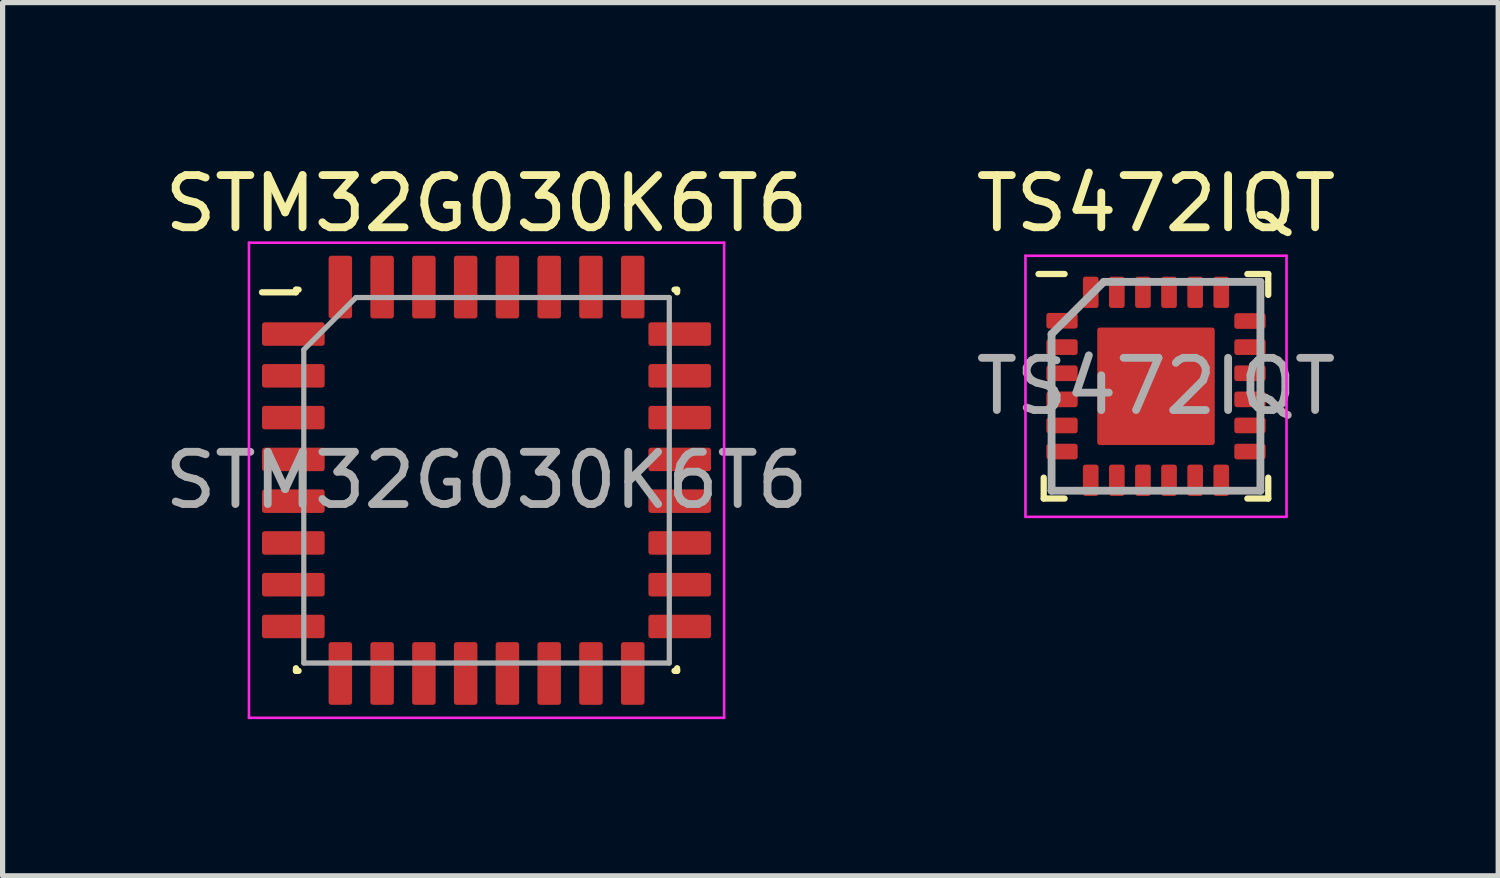
<source format=kicad_pcb>
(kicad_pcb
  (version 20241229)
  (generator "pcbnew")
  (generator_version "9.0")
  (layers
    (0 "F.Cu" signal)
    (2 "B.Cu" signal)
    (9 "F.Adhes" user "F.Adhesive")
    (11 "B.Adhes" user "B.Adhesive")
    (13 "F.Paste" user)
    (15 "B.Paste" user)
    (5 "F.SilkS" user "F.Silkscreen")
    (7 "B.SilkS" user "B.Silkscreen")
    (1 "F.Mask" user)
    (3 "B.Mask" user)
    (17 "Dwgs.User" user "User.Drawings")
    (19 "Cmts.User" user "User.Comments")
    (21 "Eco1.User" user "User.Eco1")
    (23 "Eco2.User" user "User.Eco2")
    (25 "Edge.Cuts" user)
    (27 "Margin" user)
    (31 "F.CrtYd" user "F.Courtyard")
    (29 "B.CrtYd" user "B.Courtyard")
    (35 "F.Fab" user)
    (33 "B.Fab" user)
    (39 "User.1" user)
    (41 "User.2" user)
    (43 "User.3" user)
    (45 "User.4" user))
  (footprint "STM32G030K6T6"
    (layer "F.Cu")
    (at 6.268 6.148)
    (property "Reference" "STM32G030K6T6" (at 0 -5.3 0) (layer "F.SilkS") (effects (font (size 1 1) (thickness 0.15))))
    (attr smd)
    (fp_line (start -3.65 -3.65) (end -3.65 -3.6) (stroke (width 0.12) (type default)) (layer "F.SilkS"))
    (fp_line (start -3.65 -3.6) (end -4.3 -3.6) (stroke (width 0.12) (type default)) (layer "F.SilkS"))
    (fp_line (start -3.65 3.65) (end -3.65 3.6) (stroke (width 0.12) (type default)) (layer "F.SilkS"))
    (fp_line (start -3.6 -3.65) (end -3.65 -3.65) (stroke (width 0.12) (type default)) (layer "F.SilkS"))
    (fp_line (start -3.6 3.65) (end -3.65 3.65) (stroke (width 0.12) (type default)) (layer "F.SilkS"))
    (fp_line (start 3.6 -3.65) (end 3.65 -3.65) (stroke (width 0.12) (type default)) (layer "F.SilkS"))
    (fp_line (start 3.6 3.65) (end 3.65 3.65) (stroke (width 0.12) (type default)) (layer "F.SilkS"))
    (fp_line (start 3.65 -3.65) (end 3.65 -3.6) (stroke (width 0.12) (type default)) (layer "F.SilkS"))
    (fp_line (start 3.65 3.65) (end 3.65 3.6) (stroke (width 0.12) (type default)) (layer "F.SilkS"))
    (fp_line (start -4.55 -4.55) (end 4.55 -4.55) (stroke (width 0.05) (type default)) (layer "F.CrtYd"))
    (fp_line (start -4.55 4.55) (end -4.55 -4.55) (stroke (width 0.05) (type default)) (layer "F.CrtYd"))
    (fp_line (start 4.55 -4.55) (end 4.55 4.55) (stroke (width 0.05) (type default)) (layer "F.CrtYd"))
    (fp_line (start 4.55 4.55) (end -4.55 4.55) (stroke (width 0.05) (type default)) (layer "F.CrtYd"))
    (fp_line (start -3.5 -2.5) (end -3.5 3.5) (stroke (width 0.1) (type default)) (layer "F.Fab"))
    (fp_line (start -3.5 3.5) (end 3.5 3.5) (stroke (width 0.1) (type default)) (layer "F.Fab"))
    (fp_line (start -2.5 -3.5) (end -3.5 -2.5) (stroke (width 0.1) (type default)) (layer "F.Fab"))
    (fp_line (start 3.5 -3.5) (end -2.5 -3.5) (stroke (width 0.1) (type default)) (layer "F.Fab"))
    (fp_line (start 3.5 3.5) (end 3.5 -3.5) (stroke (width 0.1) (type default)) (layer "F.Fab"))
    (fp_text user "${REFERENCE}" (at 0 0 0) (layer "F.Fab") (effects (font (size 1 1) (thickness 0.15))))
    (pad "1" smd roundrect (at -3.7 -2.8 90) (size 0.45 1.2) (layers "F.Cu" "F.Mask" "F.Paste") (roundrect_rratio 0.111))
    (pad "2" smd roundrect (at -3.7 -2 90) (size 0.45 1.2) (layers "F.Cu" "F.Mask" "F.Paste") (roundrect_rratio 0.111))
    (pad "3" smd roundrect (at -3.7 -1.2 90) (size 0.45 1.2) (layers "F.Cu" "F.Mask" "F.Paste") (roundrect_rratio 0.111))
    (pad "4" smd roundrect (at -3.7 -0.4 90) (size 0.45 1.2) (layers "F.Cu" "F.Mask" "F.Paste") (roundrect_rratio 0.111))
    (pad "5" smd roundrect (at -3.7 0.4 90) (size 0.45 1.2) (layers "F.Cu" "F.Mask" "F.Paste") (roundrect_rratio 0.111))
    (pad "6" smd roundrect (at -3.7 1.2 90) (size 0.45 1.2) (layers "F.Cu" "F.Mask" "F.Paste") (roundrect_rratio 0.111))
    (pad "7" smd roundrect (at -3.7 2 90) (size 0.45 1.2) (layers "F.Cu" "F.Mask" "F.Paste") (roundrect_rratio 0.111))
    (pad "8" smd roundrect (at -3.7 2.8 90) (size 0.45 1.2) (layers "F.Cu" "F.Mask" "F.Paste") (roundrect_rratio 0.111))
    (pad "9" smd roundrect (at -2.8 3.7) (size 0.45 1.2) (layers "F.Cu" "F.Mask" "F.Paste") (roundrect_rratio 0.111))
    (pad "10" smd roundrect (at -2 3.7) (size 0.45 1.2) (layers "F.Cu" "F.Mask" "F.Paste") (roundrect_rratio 0.111))
    (pad "11" smd roundrect (at -1.2 3.7) (size 0.45 1.2) (layers "F.Cu" "F.Mask" "F.Paste") (roundrect_rratio 0.111))
    (pad "12" smd roundrect (at -0.4 3.7) (size 0.45 1.2) (layers "F.Cu" "F.Mask" "F.Paste") (roundrect_rratio 0.111))
    (pad "13" smd roundrect (at 0.4 3.7) (size 0.45 1.2) (layers "F.Cu" "F.Mask" "F.Paste") (roundrect_rratio 0.111))
    (pad "14" smd roundrect (at 1.2 3.7) (size 0.45 1.2) (layers "F.Cu" "F.Mask" "F.Paste") (roundrect_rratio 0.111))
    (pad "15" smd roundrect (at 2 3.7) (size 0.45 1.2) (layers "F.Cu" "F.Mask" "F.Paste") (roundrect_rratio 0.111))
    (pad "16" smd roundrect (at 2.8 3.7) (size 0.45 1.2) (layers "F.Cu" "F.Mask" "F.Paste") (roundrect_rratio 0.111))
    (pad "17" smd roundrect (at 3.7 2.8 90) (size 0.45 1.2) (layers "F.Cu" "F.Mask" "F.Paste") (roundrect_rratio 0.111))
    (pad "18" smd roundrect (at 3.7 2 90) (size 0.45 1.2) (layers "F.Cu" "F.Mask" "F.Paste") (roundrect_rratio 0.111))
    (pad "19" smd roundrect (at 3.7 1.2 90) (size 0.45 1.2) (layers "F.Cu" "F.Mask" "F.Paste") (roundrect_rratio 0.111))
    (pad "20" smd roundrect (at 3.7 0.4 90) (size 0.45 1.2) (layers "F.Cu" "F.Mask" "F.Paste") (roundrect_rratio 0.111))
    (pad "21" smd roundrect (at 3.7 -0.4 90) (size 0.45 1.2) (layers "F.Cu" "F.Mask" "F.Paste") (roundrect_rratio 0.111))
    (pad "22" smd roundrect (at 3.7 -1.2 90) (size 0.45 1.2) (layers "F.Cu" "F.Mask" "F.Paste") (roundrect_rratio 0.111))
    (pad "23" smd roundrect (at 3.7 -2 90) (size 0.45 1.2) (layers "F.Cu" "F.Mask" "F.Paste") (roundrect_rratio 0.111))
    (pad "24" smd roundrect (at 3.7 -2.8 90) (size 0.45 1.2) (layers "F.Cu" "F.Mask" "F.Paste") (roundrect_rratio 0.111))
    (pad "25" smd roundrect (at 2.8 -3.7) (size 0.45 1.2) (layers "F.Cu" "F.Mask" "F.Paste") (roundrect_rratio 0.111))
    (pad "26" smd roundrect (at 2 -3.7) (size 0.45 1.2) (layers "F.Cu" "F.Mask" "F.Paste") (roundrect_rratio 0.111))
    (pad "27" smd roundrect (at 1.2 -3.7) (size 0.45 1.2) (layers "F.Cu" "F.Mask" "F.Paste") (roundrect_rratio 0.111))
    (pad "28" smd roundrect (at 0.4 -3.7) (size 0.45 1.2) (layers "F.Cu" "F.Mask" "F.Paste") (roundrect_rratio 0.111))
    (pad "29" smd roundrect (at -0.4 -3.7) (size 0.45 1.2) (layers "F.Cu" "F.Mask" "F.Paste") (roundrect_rratio 0.111))
    (pad "30" smd roundrect (at -1.2 -3.7) (size 0.45 1.2) (layers "F.Cu" "F.Mask" "F.Paste") (roundrect_rratio 0.111))
    (pad "31" smd roundrect (at -2 -3.7) (size 0.45 1.2) (layers "F.Cu" "F.Mask" "F.Paste") (roundrect_rratio 0.111))
    (pad "32" smd roundrect (at -2.8 -3.7) (size 0.45 1.2) (layers "F.Cu" "F.Mask" "F.Paste") (roundrect_rratio 0.111)))
  (footprint "TS472IQT"
    (layer "F.Cu")
    (at 19.089 4.348)
    (property "Reference" "TS472IQT" (at 0 -3.5 0) (layer "F.SilkS") (effects (font (size 1 1) (thickness 0.15))))
    (attr smd)
    (fp_line (start -2.15 2.15) (end -2.15 1.75) (stroke (width 0.12) (type default)) (layer "F.SilkS"))
    (fp_line (start -1.75 -2.15) (end -2.25 -2.15) (stroke (width 0.12) (type default)) (layer "F.SilkS"))
    (fp_line (start -1.75 2.15) (end -2.15 2.15) (stroke (width 0.12) (type default)) (layer "F.SilkS"))
    (fp_line (start 1.75 -2.15) (end 2.15 -2.15) (stroke (width 0.12) (type default)) (layer "F.SilkS"))
    (fp_line (start 1.75 2.15) (end 2.15 2.15) (stroke (width 0.12) (type default)) (layer "F.SilkS"))
    (fp_line (start 2.15 -2.15) (end 2.15 -1.75) (stroke (width 0.12) (type default)) (layer "F.SilkS"))
    (fp_line (start 2.15 2.15) (end 2.15 1.75) (stroke (width 0.12) (type default)) (layer "F.SilkS"))
    (fp_line (start -2.5 -2.5) (end 2.5 -2.5) (stroke (width 0.05) (type default)) (layer "F.CrtYd"))
    (fp_line (start -2.5 2.5) (end -2.5 -2.5) (stroke (width 0.05) (type default)) (layer "F.CrtYd"))
    (fp_line (start 2.5 -2.5) (end 2.5 2.5) (stroke (width 0.05) (type default)) (layer "F.CrtYd"))
    (fp_line (start 2.5 2.5) (end -2.5 2.5) (stroke (width 0.05) (type default)) (layer "F.CrtYd"))
    (fp_line (start -2 -1) (end -2 2) (stroke (width 0.15) (type default)) (layer "F.Fab"))
    (fp_line (start -2 2) (end 2 2) (stroke (width 0.15) (type default)) (layer "F.Fab"))
    (fp_line (start -1 -2) (end -2 -1) (stroke (width 0.15) (type default)) (layer "F.Fab"))
    (fp_line (start 2 -2) (end -1 -2) (stroke (width 0.15) (type default)) (layer "F.Fab"))
    (fp_line (start 2 2) (end 2 -2) (stroke (width 0.15) (type default)) (layer "F.Fab"))
    (fp_text user "${REFERENCE}" (at 0 0 0) (layer "F.Fab") (effects (font (size 1 1) (thickness 0.15))))
    (pad "" smd rect (at -0.844 -0.844) (size 0.000001 0.000001) (layers "F.Paste"))
    (pad "" smd rect (at -0.844 -0.281) (size 0.000001 0.000001) (layers "F.Paste"))
    (pad "" smd rect (at -0.844 0.281) (size 0.000001 0.000001) (layers "F.Paste"))
    (pad "" smd rect (at -0.844 0.844) (size 0.000001 0.000001) (layers "F.Paste"))
    (pad "" smd rect (at -0.281 -0.844) (size 0.000001 0.000001) (layers "F.Paste"))
    (pad "" smd rect (at -0.281 -0.281) (size 0.000001 0.000001) (layers "F.Paste"))
    (pad "" smd rect (at -0.281 0.281) (size 0.000001 0.000001) (layers "F.Paste"))
    (pad "" smd rect (at -0.281 0.844) (size 0.000001 0.000001) (layers "F.Paste"))
    (pad "" smd rect (at 0.281 -0.844) (size 0.000001 0.000001) (layers "F.Paste"))
    (pad "" smd rect (at 0.281 -0.281) (size 0.000001 0.000001) (layers "F.Paste"))
    (pad "" smd rect (at 0.281 0.281) (size 0.000001 0.000001) (layers "F.Paste"))
    (pad "" smd rect (at 0.281 0.844) (size 0.000001 0.000001) (layers "F.Paste"))
    (pad "" smd rect (at 0.844 -0.844) (size 0.000001 0.000001) (layers "F.Paste"))
    (pad "" smd rect (at 0.844 -0.281) (size 0.000001 0.000001) (layers "F.Paste"))
    (pad "" smd rect (at 0.844 0.281) (size 0.000001 0.000001) (layers "F.Paste"))
    (pad "" smd rect (at 0.844 0.844) (size 0.000001 0.000001) (layers "F.Paste"))
    (pad "1" smd roundrect (at -1.8 -1.255 90) (size 0.3 0.6) (layers "F.Cu" "F.Mask" "F.Paste") (roundrect_rratio 0.167))
    (pad "2" smd roundrect (at -1.8 -0.75 90) (size 0.3 0.6) (layers "F.Cu" "F.Mask" "F.Paste") (roundrect_rratio 0.167))
    (pad "3" smd roundrect (at -1.8 -0.25 90) (size 0.3 0.6) (layers "F.Cu" "F.Mask" "F.Paste") (roundrect_rratio 0.167))
    (pad "4" smd roundrect (at -1.8 0.25 90) (size 0.3 0.6) (layers "F.Cu" "F.Mask" "F.Paste") (roundrect_rratio 0.167))
    (pad "5" smd roundrect (at -1.8 0.75 90) (size 0.3 0.6) (layers "F.Cu" "F.Mask" "F.Paste") (roundrect_rratio 0.167))
    (pad "6" smd roundrect (at -1.8 1.25 90) (size 0.3 0.6) (layers "F.Cu" "F.Mask" "F.Paste") (roundrect_rratio 0.167))
    (pad "7" smd roundrect (at -1.25 1.8) (size 0.3 0.6) (layers "F.Cu" "F.Mask" "F.Paste") (roundrect_rratio 0.167))
    (pad "8" smd roundrect (at -0.75 1.8) (size 0.3 0.6) (layers "F.Cu" "F.Mask" "F.Paste") (roundrect_rratio 0.167))
    (pad "9" smd roundrect (at -0.25 1.8) (size 0.3 0.6) (layers "F.Cu" "F.Mask" "F.Paste") (roundrect_rratio 0.167))
    (pad "10" smd roundrect (at 0.25 1.8) (size 0.3 0.6) (layers "F.Cu" "F.Mask" "F.Paste") (roundrect_rratio 0.167))
    (pad "11" smd roundrect (at 0.75 1.8) (size 0.3 0.6) (layers "F.Cu" "F.Mask" "F.Paste") (roundrect_rratio 0.167))
    (pad "12" smd roundrect (at 1.25 1.8) (size 0.3 0.6) (layers "F.Cu" "F.Mask" "F.Paste") (roundrect_rratio 0.167))
    (pad "13" smd roundrect (at 1.8 1.25 90) (size 0.3 0.6) (layers "F.Cu" "F.Mask" "F.Paste") (roundrect_rratio 0.167))
    (pad "14" smd roundrect (at 1.8 0.75 90) (size 0.3 0.6) (layers "F.Cu" "F.Mask" "F.Paste") (roundrect_rratio 0.167))
    (pad "15" smd roundrect (at 1.8 0.25 90) (size 0.3 0.6) (layers "F.Cu" "F.Mask" "F.Paste") (roundrect_rratio 0.167))
    (pad "16" smd roundrect (at 1.8 -0.25 90) (size 0.3 0.6) (layers "F.Cu" "F.Mask" "F.Paste") (roundrect_rratio 0.167))
    (pad "17" smd roundrect (at 1.8 -0.75 90) (size 0.3 0.6) (layers "F.Cu" "F.Mask" "F.Paste") (roundrect_rratio 0.167))
    (pad "18" smd roundrect (at 1.8 -1.25 90) (size 0.3 0.6) (layers "F.Cu" "F.Mask" "F.Paste") (roundrect_rratio 0.167))
    (pad "19" smd roundrect (at 1.25 -1.8) (size 0.3 0.6) (layers "F.Cu" "F.Mask" "F.Paste") (roundrect_rratio 0.167))
    (pad "20" smd roundrect (at 0.75 -1.8) (size 0.3 0.6) (layers "F.Cu" "F.Mask" "F.Paste") (roundrect_rratio 0.167))
    (pad "21" smd roundrect (at 0.25 -1.8) (size 0.3 0.6) (layers "F.Cu" "F.Mask" "F.Paste") (roundrect_rratio 0.167))
    (pad "22" smd roundrect (at -0.25 -1.8) (size 0.3 0.6) (layers "F.Cu" "F.Mask" "F.Paste") (roundrect_rratio 0.167))
    (pad "23" smd roundrect (at -0.75 -1.8) (size 0.3 0.6) (layers "F.Cu" "F.Mask" "F.Paste") (roundrect_rratio 0.167))
    (pad "24" smd roundrect (at -1.25 -1.8) (size 0.3 0.6) (layers "F.Cu" "F.Mask" "F.Paste") (roundrect_rratio 0.167))
    (pad "25" smd roundrect (at 0 0) (size 2.25 2.25) (layers "F.Cu" "F.Mask") (roundrect_rratio 0.022)))
  (gr_rect
    (start -3 -3)
    (end 25.643 13.723)
    (stroke (width 0.1) (type default))
    (fill no)
    (layer "Edge.Cuts")))
</source>
